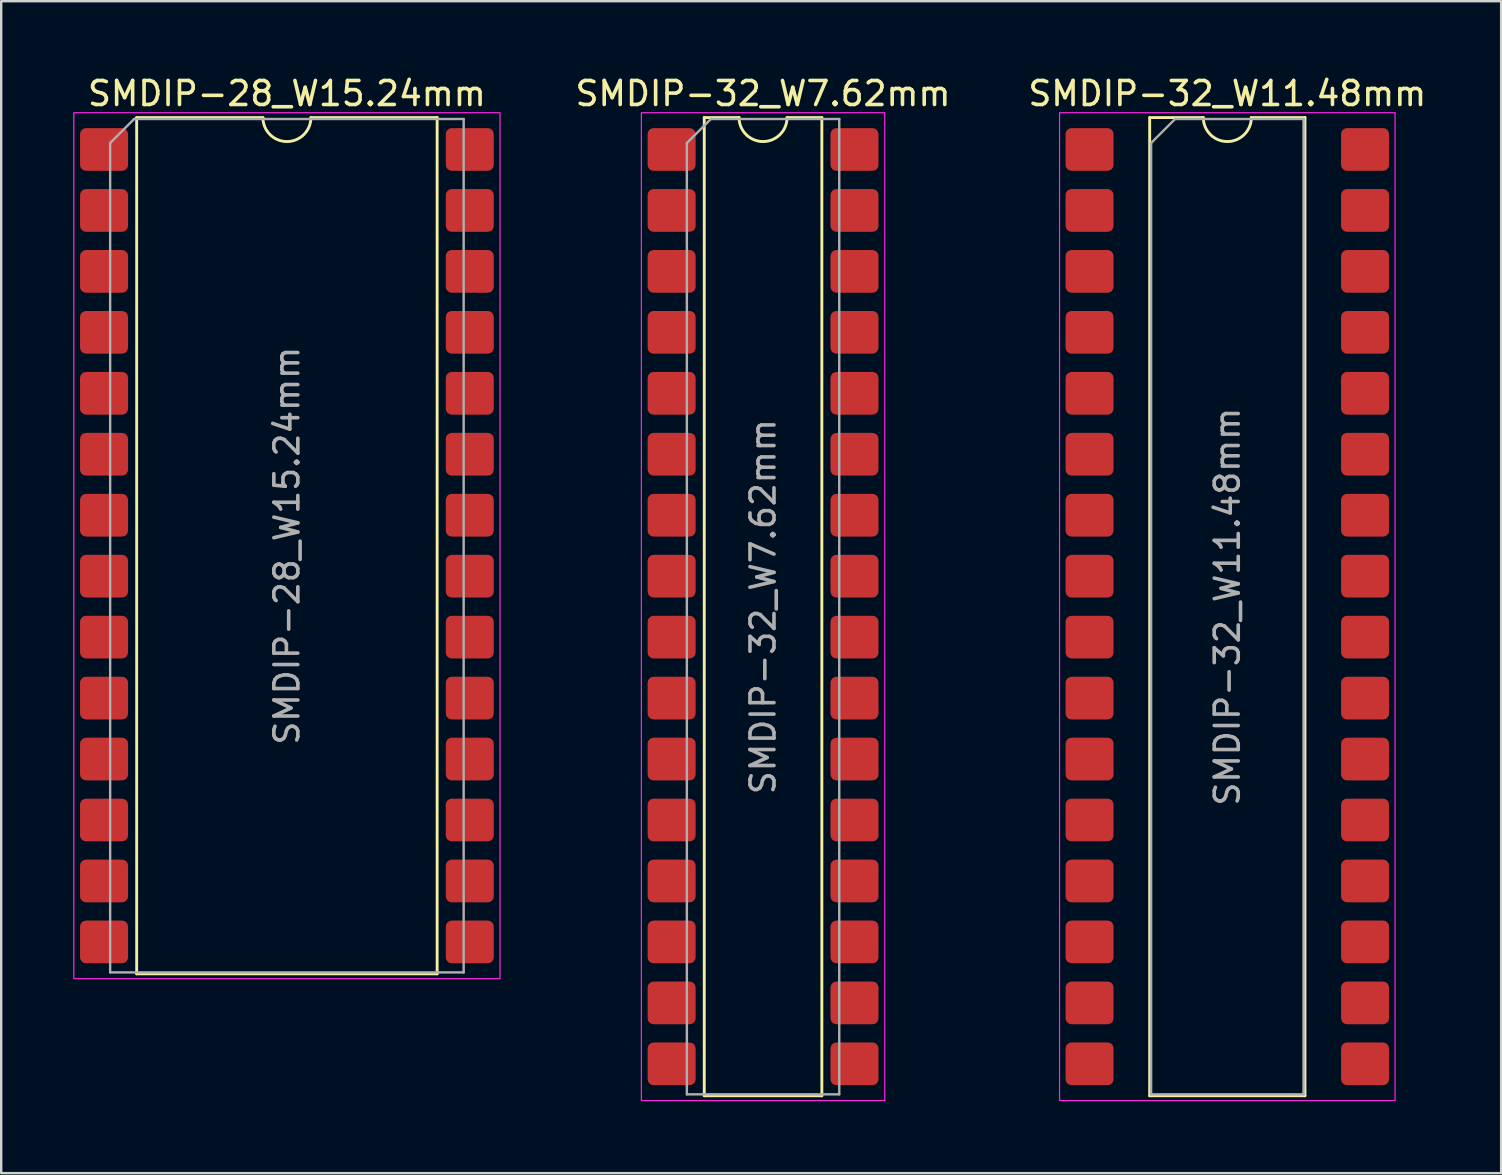
<source format=kicad_pcb>
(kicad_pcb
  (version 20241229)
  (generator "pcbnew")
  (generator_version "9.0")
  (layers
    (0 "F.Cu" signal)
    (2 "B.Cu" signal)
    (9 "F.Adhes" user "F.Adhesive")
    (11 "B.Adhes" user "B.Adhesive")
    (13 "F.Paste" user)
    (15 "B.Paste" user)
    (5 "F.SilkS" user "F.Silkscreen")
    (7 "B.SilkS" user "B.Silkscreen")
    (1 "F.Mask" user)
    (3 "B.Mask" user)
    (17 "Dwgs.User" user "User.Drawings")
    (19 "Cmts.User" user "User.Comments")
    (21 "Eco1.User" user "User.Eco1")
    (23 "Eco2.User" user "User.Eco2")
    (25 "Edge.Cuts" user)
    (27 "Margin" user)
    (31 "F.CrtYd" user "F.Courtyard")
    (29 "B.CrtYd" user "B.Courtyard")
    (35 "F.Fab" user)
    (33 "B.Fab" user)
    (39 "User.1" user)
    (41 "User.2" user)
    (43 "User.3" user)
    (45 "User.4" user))
  (footprint "SMDIP-32_W7.62mm"
    (layer "F.Cu")
    (at 28.745 22.228)
    (property "Reference" "SMDIP-32_W7.62mm" (at 0 -21.38 0) (layer "F.SilkS") (effects (font (size 1 1) (thickness 0.15))))
    (attr smd)
    (fp_line (start -2.45 -20.38) (end -2.45 20.38) (stroke (width 0.12) (type solid)) (layer "F.SilkS"))
    (fp_line (start -2.45 20.38) (end 2.45 20.38) (stroke (width 0.12) (type solid)) (layer "F.SilkS"))
    (fp_line (start -1 -20.38) (end -2.45 -20.38) (stroke (width 0.12) (type solid)) (layer "F.SilkS"))
    (fp_line (start 2.45 -20.38) (end 1 -20.38) (stroke (width 0.12) (type solid)) (layer "F.SilkS"))
    (fp_line (start 2.45 20.38) (end 2.45 -20.38) (stroke (width 0.12) (type solid)) (layer "F.SilkS"))
    (fp_arc (start 1 -20.38) (mid 0 -19.38) (end -1 -20.38) (stroke (width 0.12) (type solid)) (layer "F.SilkS"))
    (fp_rect (start -5.07 -20.58) (end 5.07 20.58) (stroke (width 0.05) (type solid)) (fill no) (layer "F.CrtYd"))
    (fp_line (start -3.175 -19.32) (end -2.175 -20.32) (stroke (width 0.1) (type solid)) (layer "F.Fab"))
    (fp_line (start -3.175 20.32) (end -3.175 -19.32) (stroke (width 0.1) (type solid)) (layer "F.Fab"))
    (fp_line (start -2.175 -20.32) (end 3.175 -20.32) (stroke (width 0.1) (type solid)) (layer "F.Fab"))
    (fp_line (start 3.175 -20.32) (end 3.175 20.32) (stroke (width 0.1) (type solid)) (layer "F.Fab"))
    (fp_line (start 3.175 20.32) (end -3.175 20.32) (stroke (width 0.1) (type solid)) (layer "F.Fab"))
    (fp_text user "${REFERENCE}" (at 0 0 90) (layer "F.Fab") (effects (font (size 1 1) (thickness 0.15))))
    (pad "1" smd roundrect (at -3.81 -19.05) (size 2 1.78) (layers "F.Cu" "F.Mask" "F.Paste") (roundrect_rratio 0.14))
    (pad "2" smd roundrect (at -3.81 -16.51) (size 2 1.78) (layers "F.Cu" "F.Mask" "F.Paste") (roundrect_rratio 0.14))
    (pad "3" smd roundrect (at -3.81 -13.97) (size 2 1.78) (layers "F.Cu" "F.Mask" "F.Paste") (roundrect_rratio 0.14))
    (pad "4" smd roundrect (at -3.81 -11.43) (size 2 1.78) (layers "F.Cu" "F.Mask" "F.Paste") (roundrect_rratio 0.14))
    (pad "5" smd roundrect (at -3.81 -8.89) (size 2 1.78) (layers "F.Cu" "F.Mask" "F.Paste") (roundrect_rratio 0.14))
    (pad "6" smd roundrect (at -3.81 -6.35) (size 2 1.78) (layers "F.Cu" "F.Mask" "F.Paste") (roundrect_rratio 0.14))
    (pad "7" smd roundrect (at -3.81 -3.81) (size 2 1.78) (layers "F.Cu" "F.Mask" "F.Paste") (roundrect_rratio 0.14))
    (pad "8" smd roundrect (at -3.81 -1.27) (size 2 1.78) (layers "F.Cu" "F.Mask" "F.Paste") (roundrect_rratio 0.14))
    (pad "9" smd roundrect (at -3.81 1.27) (size 2 1.78) (layers "F.Cu" "F.Mask" "F.Paste") (roundrect_rratio 0.14))
    (pad "10" smd roundrect (at -3.81 3.81) (size 2 1.78) (layers "F.Cu" "F.Mask" "F.Paste") (roundrect_rratio 0.14))
    (pad "11" smd roundrect (at -3.81 6.35) (size 2 1.78) (layers "F.Cu" "F.Mask" "F.Paste") (roundrect_rratio 0.14))
    (pad "12" smd roundrect (at -3.81 8.89) (size 2 1.78) (layers "F.Cu" "F.Mask" "F.Paste") (roundrect_rratio 0.14))
    (pad "13" smd roundrect (at -3.81 11.43) (size 2 1.78) (layers "F.Cu" "F.Mask" "F.Paste") (roundrect_rratio 0.14))
    (pad "14" smd roundrect (at -3.81 13.97) (size 2 1.78) (layers "F.Cu" "F.Mask" "F.Paste") (roundrect_rratio 0.14))
    (pad "15" smd roundrect (at -3.81 16.51) (size 2 1.78) (layers "F.Cu" "F.Mask" "F.Paste") (roundrect_rratio 0.14))
    (pad "16" smd roundrect (at -3.81 19.05) (size 2 1.78) (layers "F.Cu" "F.Mask" "F.Paste") (roundrect_rratio 0.14))
    (pad "17" smd roundrect (at 3.81 19.05) (size 2 1.78) (layers "F.Cu" "F.Mask" "F.Paste") (roundrect_rratio 0.14))
    (pad "18" smd roundrect (at 3.81 16.51) (size 2 1.78) (layers "F.Cu" "F.Mask" "F.Paste") (roundrect_rratio 0.14))
    (pad "19" smd roundrect (at 3.81 13.97) (size 2 1.78) (layers "F.Cu" "F.Mask" "F.Paste") (roundrect_rratio 0.14))
    (pad "20" smd roundrect (at 3.81 11.43) (size 2 1.78) (layers "F.Cu" "F.Mask" "F.Paste") (roundrect_rratio 0.14))
    (pad "21" smd roundrect (at 3.81 8.89) (size 2 1.78) (layers "F.Cu" "F.Mask" "F.Paste") (roundrect_rratio 0.14))
    (pad "22" smd roundrect (at 3.81 6.35) (size 2 1.78) (layers "F.Cu" "F.Mask" "F.Paste") (roundrect_rratio 0.14))
    (pad "23" smd roundrect (at 3.81 3.81) (size 2 1.78) (layers "F.Cu" "F.Mask" "F.Paste") (roundrect_rratio 0.14))
    (pad "24" smd roundrect (at 3.81 1.27) (size 2 1.78) (layers "F.Cu" "F.Mask" "F.Paste") (roundrect_rratio 0.14))
    (pad "25" smd roundrect (at 3.81 -1.27) (size 2 1.78) (layers "F.Cu" "F.Mask" "F.Paste") (roundrect_rratio 0.14))
    (pad "26" smd roundrect (at 3.81 -3.81) (size 2 1.78) (layers "F.Cu" "F.Mask" "F.Paste") (roundrect_rratio 0.14))
    (pad "27" smd roundrect (at 3.81 -6.35) (size 2 1.78) (layers "F.Cu" "F.Mask" "F.Paste") (roundrect_rratio 0.14))
    (pad "28" smd roundrect (at 3.81 -8.89) (size 2 1.78) (layers "F.Cu" "F.Mask" "F.Paste") (roundrect_rratio 0.14))
    (pad "29" smd roundrect (at 3.81 -11.43) (size 2 1.78) (layers "F.Cu" "F.Mask" "F.Paste") (roundrect_rratio 0.14))
    (pad "30" smd roundrect (at 3.81 -13.97) (size 2 1.78) (layers "F.Cu" "F.Mask" "F.Paste") (roundrect_rratio 0.14))
    (pad "31" smd roundrect (at 3.81 -16.51) (size 2 1.78) (layers "F.Cu" "F.Mask" "F.Paste") (roundrect_rratio 0.14))
    (pad "32" smd roundrect (at 3.81 -19.05) (size 2 1.78) (layers "F.Cu" "F.Mask" "F.Paste") (roundrect_rratio 0.14)))
  (footprint "SMDIP-32_W11.48mm"
    (layer "F.Cu")
    (at 48.09 22.228)
    (property "Reference" "SMDIP-32_W11.48mm" (at 0 -21.38 0) (layer "F.SilkS") (effects (font (size 1 1) (thickness 0.15))))
    (attr smd)
    (fp_line (start -3.235 -20.38) (end -3.235 20.38) (stroke (width 0.12) (type solid)) (layer "F.SilkS"))
    (fp_line (start -3.235 20.38) (end 3.235 20.38) (stroke (width 0.12) (type solid)) (layer "F.SilkS"))
    (fp_line (start -1 -20.38) (end -3.235 -20.38) (stroke (width 0.12) (type solid)) (layer "F.SilkS"))
    (fp_line (start 3.235 -20.38) (end 1 -20.38) (stroke (width 0.12) (type solid)) (layer "F.SilkS"))
    (fp_line (start 3.235 20.38) (end 3.235 -20.38) (stroke (width 0.12) (type solid)) (layer "F.SilkS"))
    (fp_arc (start 1 -20.38) (mid 0 -19.38) (end -1 -20.38) (stroke (width 0.12) (type solid)) (layer "F.SilkS"))
    (fp_rect (start -6.99 -20.58) (end 6.99 20.58) (stroke (width 0.05) (type solid)) (fill no) (layer "F.CrtYd"))
    (fp_line (start -3.175 -19.32) (end -2.175 -20.32) (stroke (width 0.1) (type solid)) (layer "F.Fab"))
    (fp_line (start -3.175 20.32) (end -3.175 -19.32) (stroke (width 0.1) (type solid)) (layer "F.Fab"))
    (fp_line (start -2.175 -20.32) (end 3.175 -20.32) (stroke (width 0.1) (type solid)) (layer "F.Fab"))
    (fp_line (start 3.175 -20.32) (end 3.175 20.32) (stroke (width 0.1) (type solid)) (layer "F.Fab"))
    (fp_line (start 3.175 20.32) (end -3.175 20.32) (stroke (width 0.1) (type solid)) (layer "F.Fab"))
    (fp_text user "${REFERENCE}" (at 0 0 90) (layer "F.Fab") (effects (font (size 1 1) (thickness 0.15))))
    (pad "1" smd roundrect (at -5.74 -19.05) (size 2 1.78) (layers "F.Cu" "F.Mask" "F.Paste") (roundrect_rratio 0.14))
    (pad "2" smd roundrect (at -5.74 -16.51) (size 2 1.78) (layers "F.Cu" "F.Mask" "F.Paste") (roundrect_rratio 0.14))
    (pad "3" smd roundrect (at -5.74 -13.97) (size 2 1.78) (layers "F.Cu" "F.Mask" "F.Paste") (roundrect_rratio 0.14))
    (pad "4" smd roundrect (at -5.74 -11.43) (size 2 1.78) (layers "F.Cu" "F.Mask" "F.Paste") (roundrect_rratio 0.14))
    (pad "5" smd roundrect (at -5.74 -8.89) (size 2 1.78) (layers "F.Cu" "F.Mask" "F.Paste") (roundrect_rratio 0.14))
    (pad "6" smd roundrect (at -5.74 -6.35) (size 2 1.78) (layers "F.Cu" "F.Mask" "F.Paste") (roundrect_rratio 0.14))
    (pad "7" smd roundrect (at -5.74 -3.81) (size 2 1.78) (layers "F.Cu" "F.Mask" "F.Paste") (roundrect_rratio 0.14))
    (pad "8" smd roundrect (at -5.74 -1.27) (size 2 1.78) (layers "F.Cu" "F.Mask" "F.Paste") (roundrect_rratio 0.14))
    (pad "9" smd roundrect (at -5.74 1.27) (size 2 1.78) (layers "F.Cu" "F.Mask" "F.Paste") (roundrect_rratio 0.14))
    (pad "10" smd roundrect (at -5.74 3.81) (size 2 1.78) (layers "F.Cu" "F.Mask" "F.Paste") (roundrect_rratio 0.14))
    (pad "11" smd roundrect (at -5.74 6.35) (size 2 1.78) (layers "F.Cu" "F.Mask" "F.Paste") (roundrect_rratio 0.14))
    (pad "12" smd roundrect (at -5.74 8.89) (size 2 1.78) (layers "F.Cu" "F.Mask" "F.Paste") (roundrect_rratio 0.14))
    (pad "13" smd roundrect (at -5.74 11.43) (size 2 1.78) (layers "F.Cu" "F.Mask" "F.Paste") (roundrect_rratio 0.14))
    (pad "14" smd roundrect (at -5.74 13.97) (size 2 1.78) (layers "F.Cu" "F.Mask" "F.Paste") (roundrect_rratio 0.14))
    (pad "15" smd roundrect (at -5.74 16.51) (size 2 1.78) (layers "F.Cu" "F.Mask" "F.Paste") (roundrect_rratio 0.14))
    (pad "16" smd roundrect (at -5.74 19.05) (size 2 1.78) (layers "F.Cu" "F.Mask" "F.Paste") (roundrect_rratio 0.14))
    (pad "17" smd roundrect (at 5.74 19.05) (size 2 1.78) (layers "F.Cu" "F.Mask" "F.Paste") (roundrect_rratio 0.14))
    (pad "18" smd roundrect (at 5.74 16.51) (size 2 1.78) (layers "F.Cu" "F.Mask" "F.Paste") (roundrect_rratio 0.14))
    (pad "19" smd roundrect (at 5.74 13.97) (size 2 1.78) (layers "F.Cu" "F.Mask" "F.Paste") (roundrect_rratio 0.14))
    (pad "20" smd roundrect (at 5.74 11.43) (size 2 1.78) (layers "F.Cu" "F.Mask" "F.Paste") (roundrect_rratio 0.14))
    (pad "21" smd roundrect (at 5.74 8.89) (size 2 1.78) (layers "F.Cu" "F.Mask" "F.Paste") (roundrect_rratio 0.14))
    (pad "22" smd roundrect (at 5.74 6.35) (size 2 1.78) (layers "F.Cu" "F.Mask" "F.Paste") (roundrect_rratio 0.14))
    (pad "23" smd roundrect (at 5.74 3.81) (size 2 1.78) (layers "F.Cu" "F.Mask" "F.Paste") (roundrect_rratio 0.14))
    (pad "24" smd roundrect (at 5.74 1.27) (size 2 1.78) (layers "F.Cu" "F.Mask" "F.Paste") (roundrect_rratio 0.14))
    (pad "25" smd roundrect (at 5.74 -1.27) (size 2 1.78) (layers "F.Cu" "F.Mask" "F.Paste") (roundrect_rratio 0.14))
    (pad "26" smd roundrect (at 5.74 -3.81) (size 2 1.78) (layers "F.Cu" "F.Mask" "F.Paste") (roundrect_rratio 0.14))
    (pad "27" smd roundrect (at 5.74 -6.35) (size 2 1.78) (layers "F.Cu" "F.Mask" "F.Paste") (roundrect_rratio 0.14))
    (pad "28" smd roundrect (at 5.74 -8.89) (size 2 1.78) (layers "F.Cu" "F.Mask" "F.Paste") (roundrect_rratio 0.14))
    (pad "29" smd roundrect (at 5.74 -11.43) (size 2 1.78) (layers "F.Cu" "F.Mask" "F.Paste") (roundrect_rratio 0.14))
    (pad "30" smd roundrect (at 5.74 -13.97) (size 2 1.78) (layers "F.Cu" "F.Mask" "F.Paste") (roundrect_rratio 0.14))
    (pad "31" smd roundrect (at 5.74 -16.51) (size 2 1.78) (layers "F.Cu" "F.Mask" "F.Paste") (roundrect_rratio 0.14))
    (pad "32" smd roundrect (at 5.74 -19.05) (size 2 1.78) (layers "F.Cu" "F.Mask" "F.Paste") (roundrect_rratio 0.14)))
  (footprint "SMDIP-28_W15.24mm"
    (layer "F.Cu")
    (at 8.905 19.688)
    (property "Reference" "SMDIP-28_W15.24mm" (at 0 -18.84 0) (layer "F.SilkS") (effects (font (size 1 1) (thickness 0.15))))
    (attr smd)
    (fp_line (start -6.26 -17.84) (end -6.26 17.84) (stroke (width 0.12) (type solid)) (layer "F.SilkS"))
    (fp_line (start -6.26 17.84) (end 6.26 17.84) (stroke (width 0.12) (type solid)) (layer "F.SilkS"))
    (fp_line (start -1 -17.84) (end -6.26 -17.84) (stroke (width 0.12) (type solid)) (layer "F.SilkS"))
    (fp_line (start 6.26 -17.84) (end 1 -17.84) (stroke (width 0.12) (type solid)) (layer "F.SilkS"))
    (fp_line (start 6.26 17.84) (end 6.26 -17.84) (stroke (width 0.12) (type solid)) (layer "F.SilkS"))
    (fp_arc (start 1 -17.84) (mid 0 -16.84) (end -1 -17.84) (stroke (width 0.12) (type solid)) (layer "F.SilkS"))
    (fp_rect (start -8.88 -18.04) (end 8.88 18.04) (stroke (width 0.05) (type solid)) (fill no) (layer "F.CrtYd"))
    (fp_line (start -7.365 -16.78) (end -6.365 -17.78) (stroke (width 0.1) (type solid)) (layer "F.Fab"))
    (fp_line (start -7.365 17.78) (end -7.365 -16.78) (stroke (width 0.1) (type solid)) (layer "F.Fab"))
    (fp_line (start -6.365 -17.78) (end 7.365 -17.78) (stroke (width 0.1) (type solid)) (layer "F.Fab"))
    (fp_line (start 7.365 -17.78) (end 7.365 17.78) (stroke (width 0.1) (type solid)) (layer "F.Fab"))
    (fp_line (start 7.365 17.78) (end -7.365 17.78) (stroke (width 0.1) (type solid)) (layer "F.Fab"))
    (fp_text user "${REFERENCE}" (at 0 0 90) (layer "F.Fab") (effects (font (size 1 1) (thickness 0.15))))
    (pad "1" smd roundrect (at -7.62 -16.51) (size 2 1.78) (layers "F.Cu" "F.Mask" "F.Paste") (roundrect_rratio 0.14))
    (pad "2" smd roundrect (at -7.62 -13.97) (size 2 1.78) (layers "F.Cu" "F.Mask" "F.Paste") (roundrect_rratio 0.14))
    (pad "3" smd roundrect (at -7.62 -11.43) (size 2 1.78) (layers "F.Cu" "F.Mask" "F.Paste") (roundrect_rratio 0.14))
    (pad "4" smd roundrect (at -7.62 -8.89) (size 2 1.78) (layers "F.Cu" "F.Mask" "F.Paste") (roundrect_rratio 0.14))
    (pad "5" smd roundrect (at -7.62 -6.35) (size 2 1.78) (layers "F.Cu" "F.Mask" "F.Paste") (roundrect_rratio 0.14))
    (pad "6" smd roundrect (at -7.62 -3.81) (size 2 1.78) (layers "F.Cu" "F.Mask" "F.Paste") (roundrect_rratio 0.14))
    (pad "7" smd roundrect (at -7.62 -1.27) (size 2 1.78) (layers "F.Cu" "F.Mask" "F.Paste") (roundrect_rratio 0.14))
    (pad "8" smd roundrect (at -7.62 1.27) (size 2 1.78) (layers "F.Cu" "F.Mask" "F.Paste") (roundrect_rratio 0.14))
    (pad "9" smd roundrect (at -7.62 3.81) (size 2 1.78) (layers "F.Cu" "F.Mask" "F.Paste") (roundrect_rratio 0.14))
    (pad "10" smd roundrect (at -7.62 6.35) (size 2 1.78) (layers "F.Cu" "F.Mask" "F.Paste") (roundrect_rratio 0.14))
    (pad "11" smd roundrect (at -7.62 8.89) (size 2 1.78) (layers "F.Cu" "F.Mask" "F.Paste") (roundrect_rratio 0.14))
    (pad "12" smd roundrect (at -7.62 11.43) (size 2 1.78) (layers "F.Cu" "F.Mask" "F.Paste") (roundrect_rratio 0.14))
    (pad "13" smd roundrect (at -7.62 13.97) (size 2 1.78) (layers "F.Cu" "F.Mask" "F.Paste") (roundrect_rratio 0.14))
    (pad "14" smd roundrect (at -7.62 16.51) (size 2 1.78) (layers "F.Cu" "F.Mask" "F.Paste") (roundrect_rratio 0.14))
    (pad "15" smd roundrect (at 7.62 16.51) (size 2 1.78) (layers "F.Cu" "F.Mask" "F.Paste") (roundrect_rratio 0.14))
    (pad "16" smd roundrect (at 7.62 13.97) (size 2 1.78) (layers "F.Cu" "F.Mask" "F.Paste") (roundrect_rratio 0.14))
    (pad "17" smd roundrect (at 7.62 11.43) (size 2 1.78) (layers "F.Cu" "F.Mask" "F.Paste") (roundrect_rratio 0.14))
    (pad "18" smd roundrect (at 7.62 8.89) (size 2 1.78) (layers "F.Cu" "F.Mask" "F.Paste") (roundrect_rratio 0.14))
    (pad "19" smd roundrect (at 7.62 6.35) (size 2 1.78) (layers "F.Cu" "F.Mask" "F.Paste") (roundrect_rratio 0.14))
    (pad "20" smd roundrect (at 7.62 3.81) (size 2 1.78) (layers "F.Cu" "F.Mask" "F.Paste") (roundrect_rratio 0.14))
    (pad "21" smd roundrect (at 7.62 1.27) (size 2 1.78) (layers "F.Cu" "F.Mask" "F.Paste") (roundrect_rratio 0.14))
    (pad "22" smd roundrect (at 7.62 -1.27) (size 2 1.78) (layers "F.Cu" "F.Mask" "F.Paste") (roundrect_rratio 0.14))
    (pad "23" smd roundrect (at 7.62 -3.81) (size 2 1.78) (layers "F.Cu" "F.Mask" "F.Paste") (roundrect_rratio 0.14))
    (pad "24" smd roundrect (at 7.62 -6.35) (size 2 1.78) (layers "F.Cu" "F.Mask" "F.Paste") (roundrect_rratio 0.14))
    (pad "25" smd roundrect (at 7.62 -8.89) (size 2 1.78) (layers "F.Cu" "F.Mask" "F.Paste") (roundrect_rratio 0.14))
    (pad "26" smd roundrect (at 7.62 -11.43) (size 2 1.78) (layers "F.Cu" "F.Mask" "F.Paste") (roundrect_rratio 0.14))
    (pad "27" smd roundrect (at 7.62 -13.97) (size 2 1.78) (layers "F.Cu" "F.Mask" "F.Paste") (roundrect_rratio 0.14))
    (pad "28" smd roundrect (at 7.62 -16.51) (size 2 1.78) (layers "F.Cu" "F.Mask" "F.Paste") (roundrect_rratio 0.14)))
  (gr_rect
    (start -3 -3)
    (end 59.5 45.833)
    (stroke (width 0.1) (type default))
    (fill no)
    (layer "Edge.Cuts")))
</source>
